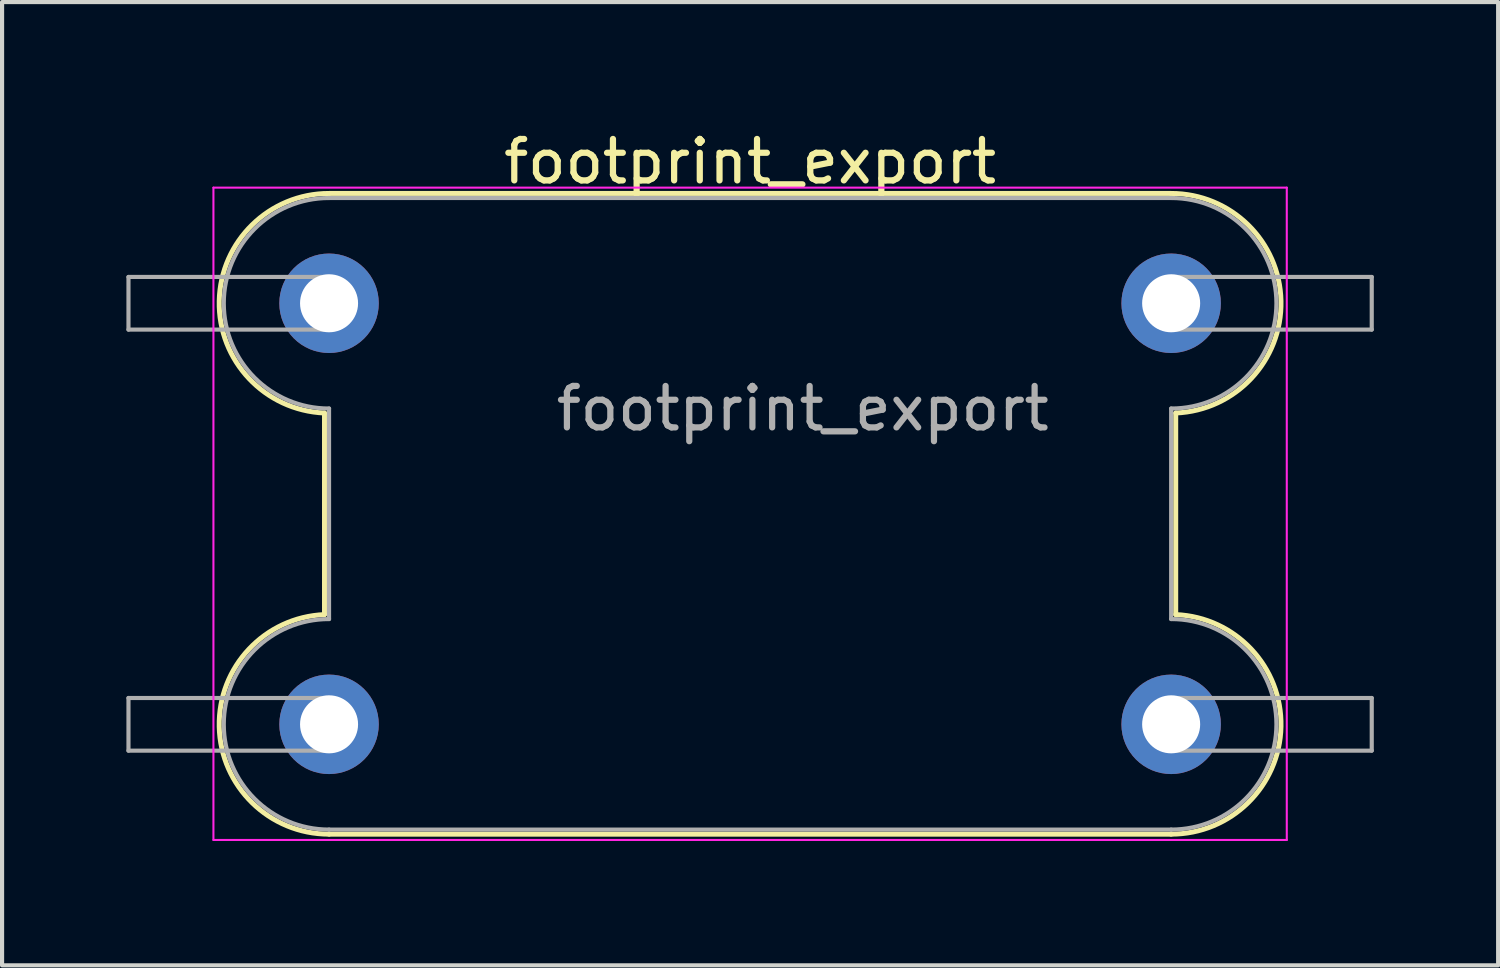
<source format=kicad_pcb>
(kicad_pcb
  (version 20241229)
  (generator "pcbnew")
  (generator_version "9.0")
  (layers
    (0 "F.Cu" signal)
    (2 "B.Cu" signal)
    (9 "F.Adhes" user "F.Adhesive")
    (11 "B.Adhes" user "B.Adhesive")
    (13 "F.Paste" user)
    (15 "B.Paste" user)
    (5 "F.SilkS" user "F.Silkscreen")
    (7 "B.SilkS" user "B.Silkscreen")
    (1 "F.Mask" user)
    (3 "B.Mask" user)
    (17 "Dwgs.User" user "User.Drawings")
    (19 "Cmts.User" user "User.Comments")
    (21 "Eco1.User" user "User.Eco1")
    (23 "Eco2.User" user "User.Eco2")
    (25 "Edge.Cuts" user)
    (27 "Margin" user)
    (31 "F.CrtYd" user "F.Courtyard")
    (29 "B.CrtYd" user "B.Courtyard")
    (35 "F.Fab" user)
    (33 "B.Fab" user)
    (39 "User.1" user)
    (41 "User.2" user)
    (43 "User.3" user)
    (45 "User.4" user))
  (footprint "footprint_export"
    (layer "F.Cu")
    (at 4.89 14.428)
    (property "Reference" "footprint_export" (at 10.16 -13.58 0) (layer "F.SilkS") (effects (font (size 1 1) (thickness 0.15))))
    (attr through_hole)
    (fp_line (start -0.11 -2.65) (end -0.11 -7.51) (stroke (width 0.12) (type solid)) (layer "F.SilkS"))
    (fp_line (start 0 -12.81) (end 20.32 -12.81) (stroke (width 0.12) (type solid)) (layer "F.SilkS"))
    (fp_line (start 0 2.65) (end 20.32 2.65) (stroke (width 0.12) (type solid)) (layer "F.SilkS"))
    (fp_line (start 20.43 -2.65) (end 20.43 -7.51) (stroke (width 0.12) (type solid)) (layer "F.SilkS"))
    (fp_arc (start -0.11097 -7.512325) (mid -2.649418 -10.215497) (end 0 -12.81) (stroke (width 0.12) (type solid)) (layer "F.SilkS"))
    (fp_arc (start 0 2.65) (mid -2.649419 0.055497) (end -0.11097 -2.647675) (stroke (width 0.12) (type solid)) (layer "F.SilkS"))
    (fp_arc (start 20.32 -12.81) (mid 22.969419 -10.215497) (end 20.43097 -7.512325) (stroke (width 0.12) (type solid)) (layer "F.SilkS"))
    (fp_arc (start 20.43097 -2.647675) (mid 22.969418 0.055497) (end 20.32 2.65) (stroke (width 0.12) (type solid)) (layer "F.SilkS"))
    (fp_line (start -2.79 -12.95) (end 23.11 -12.95) (stroke (width 0.05) (type solid)) (layer "F.CrtYd"))
    (fp_line (start -2.79 2.79) (end -2.79 -12.95) (stroke (width 0.05) (type solid)) (layer "F.CrtYd"))
    (fp_line (start -2.79 2.79) (end 23.11 2.79) (stroke (width 0.05) (type solid)) (layer "F.CrtYd"))
    (fp_line (start 23.11 2.79) (end 23.11 -12.95) (stroke (width 0.05) (type solid)) (layer "F.CrtYd"))
    (fp_line (start -4.84 -10.795) (end 0 -10.795) (stroke (width 0.1) (type solid)) (layer "F.Fab"))
    (fp_line (start -4.84 -9.525) (end -4.84 -10.795) (stroke (width 0.1) (type solid)) (layer "F.Fab"))
    (fp_line (start -4.84 -0.635) (end 0 -0.635) (stroke (width 0.1) (type solid)) (layer "F.Fab"))
    (fp_line (start -4.84 0.635) (end -4.84 -0.635) (stroke (width 0.1) (type solid)) (layer "F.Fab"))
    (fp_line (start 0 -12.7) (end 20.32 -12.7) (stroke (width 0.1) (type solid)) (layer "F.Fab"))
    (fp_line (start 0 -9.525) (end -4.84 -9.525) (stroke (width 0.1) (type solid)) (layer "F.Fab"))
    (fp_line (start 0 -2.54) (end 0 -7.62) (stroke (width 0.1) (type solid)) (layer "F.Fab"))
    (fp_line (start 0 0.635) (end -4.84 0.635) (stroke (width 0.1) (type solid)) (layer "F.Fab"))
    (fp_line (start 0 2.54) (end 20.32 2.54) (stroke (width 0.1) (type solid)) (layer "F.Fab"))
    (fp_line (start 20.32 -10.795) (end 25.16 -10.795) (stroke (width 0.1) (type solid)) (layer "F.Fab"))
    (fp_line (start 20.32 -2.54) (end 20.32 -7.62) (stroke (width 0.1) (type solid)) (layer "F.Fab"))
    (fp_line (start 20.32 -0.635) (end 25.16 -0.635) (stroke (width 0.1) (type solid)) (layer "F.Fab"))
    (fp_line (start 25.16 -10.795) (end 25.16 -9.525) (stroke (width 0.1) (type solid)) (layer "F.Fab"))
    (fp_line (start 25.16 -9.525) (end 20.32 -9.525) (stroke (width 0.1) (type solid)) (layer "F.Fab"))
    (fp_line (start 25.16 -0.635) (end 25.16 0.635) (stroke (width 0.1) (type solid)) (layer "F.Fab"))
    (fp_line (start 25.16 0.635) (end 20.32 0.635) (stroke (width 0.1) (type solid)) (layer "F.Fab"))
    (fp_arc (start 0 -10.795) (mid 0.635 -10.16) (end 0 -9.525) (stroke (width 0.1) (type solid)) (layer "F.Fab"))
    (fp_arc (start 0 -7.62) (mid -2.54 -10.16) (end 0 -12.7) (stroke (width 0.1) (type solid)) (layer "F.Fab"))
    (fp_arc (start 0 -0.635) (mid 0.635 0) (end 0 0.635) (stroke (width 0.1) (type solid)) (layer "F.Fab"))
    (fp_arc (start 0 2.54) (mid -2.54 0) (end 0 -2.54) (stroke (width 0.1) (type solid)) (layer "F.Fab"))
    (fp_arc (start 20.32 -12.7) (mid 22.86 -10.16) (end 20.32 -7.62) (stroke (width 0.1) (type solid)) (layer "F.Fab"))
    (fp_arc (start 20.32 -9.525) (mid 19.685 -10.16) (end 20.32 -10.795) (stroke (width 0.1) (type solid)) (layer "F.Fab"))
    (fp_arc (start 20.32 -2.54) (mid 22.86 0) (end 20.32 2.54) (stroke (width 0.1) (type solid)) (layer "F.Fab"))
    (fp_arc (start 20.32 0.635) (mid 19.685 0) (end 20.32 -0.635) (stroke (width 0.1) (type solid)) (layer "F.Fab"))
    (fp_text user "${REFERENCE}" (at 11.43 -7.62 0) (layer "F.Fab") (effects (font (size 1 1) (thickness 0.15))))
    (pad "1" thru_hole circle (at 0 0) (size 2.4 2.4) (drill 1.4) (layers "*.Cu" "*.Mask"))
    (pad "2" thru_hole circle (at 20.32 -10.16) (size 2.4 2.4) (drill 1.4) (layers "*.Cu" "*.Mask"))
    (pad "3" thru_hole circle (at 0 -10.16) (size 2.4 2.4) (drill 1.4) (layers "*.Cu" "*.Mask"))
    (pad "4" thru_hole circle (at 20.32 0) (size 2.4 2.4) (drill 1.4) (layers "*.Cu" "*.Mask")))
  (gr_rect
    (start -3 -3)
    (end 33.1 20.243)
    (stroke (width 0.1) (type default))
    (fill no)
    (layer "Edge.Cuts")))
</source>
